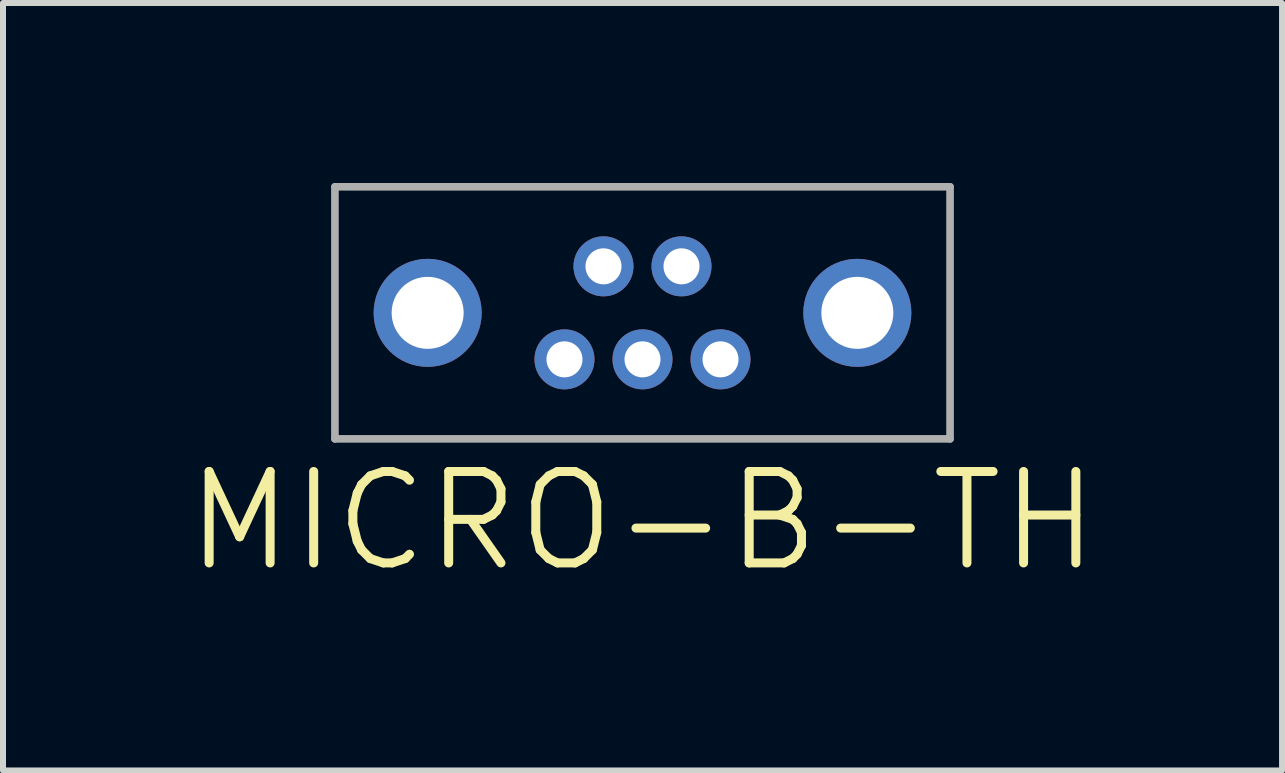
<source format=kicad_pcb>
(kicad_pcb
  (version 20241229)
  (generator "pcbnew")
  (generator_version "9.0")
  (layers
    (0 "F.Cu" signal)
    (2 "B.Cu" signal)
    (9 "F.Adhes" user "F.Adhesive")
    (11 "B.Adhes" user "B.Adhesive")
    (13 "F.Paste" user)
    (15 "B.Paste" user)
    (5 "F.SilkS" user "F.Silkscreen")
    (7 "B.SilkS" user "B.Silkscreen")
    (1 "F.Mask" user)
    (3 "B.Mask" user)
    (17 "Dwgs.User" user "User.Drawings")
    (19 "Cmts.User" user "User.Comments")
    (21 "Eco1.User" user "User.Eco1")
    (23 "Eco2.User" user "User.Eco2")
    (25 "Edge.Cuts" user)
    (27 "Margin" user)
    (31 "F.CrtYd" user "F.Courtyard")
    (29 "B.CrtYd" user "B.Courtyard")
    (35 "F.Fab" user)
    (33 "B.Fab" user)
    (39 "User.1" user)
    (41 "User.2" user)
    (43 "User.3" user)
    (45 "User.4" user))
  (footprint "MICRO-B-TH"
    (layer "F.Cu")
    (at 7.656 2.163)
    (property "Reference" "MICRO-B-TH" (at 0 3.47 0) (layer "F.SilkS") (effects (font (size 1.524 1.524) (thickness 0.15))))
    (attr through_hole)
    (fp_line (start -5.125 -2.1) (end 5.125 -2.1) (stroke (width 0.127) (type solid)) (layer "F.Fab"))
    (fp_line (start -5.125 2.1) (end -5.125 -2.1) (stroke (width 0.127) (type solid)) (layer "F.Fab"))
    (fp_line (start -5.125 2.1) (end 5.125 2.1) (stroke (width 0.127) (type solid)) (layer "F.Fab"))
    (fp_line (start 5.125 2.1) (end 5.125 -2.1) (stroke (width 0.127) (type solid)) (layer "F.Fab"))
    (pad "1" thru_hole circle (at 1.3 0.775) (size 1 1) (drill 0.6) (layers "*.Cu" "*.Mask"))
    (pad "2" thru_hole circle (at 0.65 -0.775) (size 1 1) (drill 0.6) (layers "*.Cu" "*.Mask"))
    (pad "3" thru_hole circle (at 0 0.775) (size 1 1) (drill 0.6) (layers "*.Cu" "*.Mask"))
    (pad "4" thru_hole circle (at -0.65 -0.775) (size 1 1) (drill 0.6) (layers "*.Cu" "*.Mask"))
    (pad "5" thru_hole circle (at -1.3 0.775) (size 1 1) (drill 0.6) (layers "*.Cu" "*.Mask"))
    (pad "6" thru_hole circle (at -3.58 0 90) (size 1.8 1.8) (drill 1.2) (layers "*.Cu" "*.Mask"))
    (pad "6" thru_hole circle (at 3.58 0 90) (size 1.8 1.8) (drill 1.2) (layers "*.Cu" "*.Mask")))
  (gr_rect
    (start -3 -3)
    (end 18.313 9.788)
    (stroke (width 0.1) (type default))
    (fill no)
    (layer "Edge.Cuts")))
</source>
